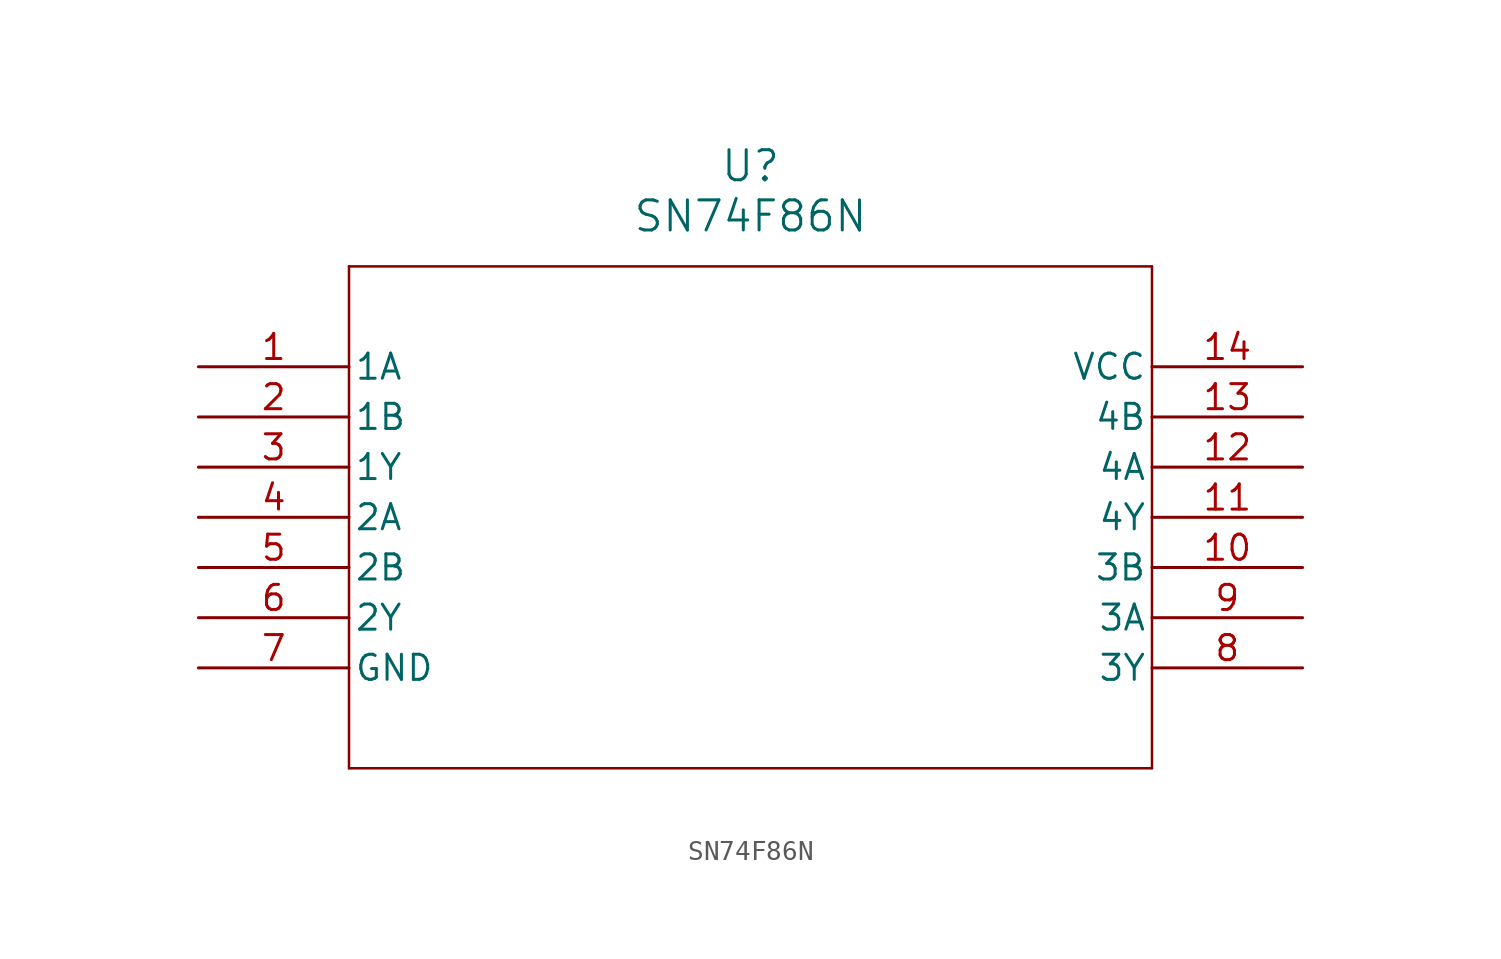
<source format=kicad_sym>
(kicad_symbol_lib
  (version 20211014)
  (generator kicad_symbol_editor)
  (symbol "SN74F86N"
    (pin_names
      (offset 0.254))
    (property "Reference" "U"
      (at 27.94 10.16 0)
      (effects (font (size 1.524 1.524))))
    (property "Value" "SN74F86N"
      (at 27.94 7.62 0)
      (effects (font (size 1.524 1.524))))
    (symbol "SN74F86N_0_1"
      (polyline (pts (xy 7.62 5.08) (xy 7.62 -20.32)) (stroke (width 0.127) (type default) (color 0 0 0 0)) (fill (type none)))
      (polyline (pts (xy 7.62 -20.32) (xy 48.26 -20.32)) (stroke (width 0.127) (type default) (color 0 0 0 0)) (fill (type none)))
      (polyline (pts (xy 48.26 -20.32) (xy 48.26 5.08)) (stroke (width 0.127) (type default) (color 0 0 0 0)) (fill (type none)))
      (polyline (pts (xy 48.26 5.08) (xy 7.62 5.08)) (stroke (width 0.127) (type default) (color 0 0 0 0)) (fill (type none)))
      (pin input line (at 0 0 0) (length 7.62) (name "1A" (effects (font (size 1.27 1.27)))) (number "1" (effects (font (size 1.27 1.27)))))
      (pin input line (at 0 -2.54 0) (length 7.62) (name "1B" (effects (font (size 1.27 1.27)))) (number "2" (effects (font (size 1.27 1.27)))))
      (pin output line (at 0 -5.08 0) (length 7.62) (name "1Y" (effects (font (size 1.27 1.27)))) (number "3" (effects (font (size 1.27 1.27)))))
      (pin input line (at 0 -7.62 0) (length 7.62) (name "2A" (effects (font (size 1.27 1.27)))) (number "4" (effects (font (size 1.27 1.27)))))
      (pin input line (at 0 -10.16 0) (length 7.62) (name "2B" (effects (font (size 1.27 1.27)))) (number "5" (effects (font (size 1.27 1.27)))))
      (pin output line (at 0 -12.7 0) (length 7.62) (name "2Y" (effects (font (size 1.27 1.27)))) (number "6" (effects (font (size 1.27 1.27)))))
      (pin power_in line (at 0 -15.24 0) (length 7.62) (name "GND" (effects (font (size 1.27 1.27)))) (number "7" (effects (font (size 1.27 1.27)))))
      (pin output line (at 55.88 -15.24 180) (length 7.62) (name "3Y" (effects (font (size 1.27 1.27)))) (number "8" (effects (font (size 1.27 1.27)))))
      (pin input line (at 55.88 -12.7 180) (length 7.62) (name "3A" (effects (font (size 1.27 1.27)))) (number "9" (effects (font (size 1.27 1.27)))))
      (pin input line (at 55.88 -10.16 180) (length 7.62) (name "3B" (effects (font (size 1.27 1.27)))) (number "10" (effects (font (size 1.27 1.27)))))
      (pin output line (at 55.88 -7.62 180) (length 7.62) (name "4Y" (effects (font (size 1.27 1.27)))) (number "11" (effects (font (size 1.27 1.27)))))
      (pin input line (at 55.88 -5.08 180) (length 7.62) (name "4A" (effects (font (size 1.27 1.27)))) (number "12" (effects (font (size 1.27 1.27)))))
      (pin input line (at 55.88 -2.54 180) (length 7.62) (name "4B" (effects (font (size 1.27 1.27)))) (number "13" (effects (font (size 1.27 1.27)))))
      (pin power_in line (at 55.88 0 180) (length 7.62) (name "VCC" (effects (font (size 1.27 1.27)))) (number "14" (effects (font (size 1.27 1.27))))))))
</source>
